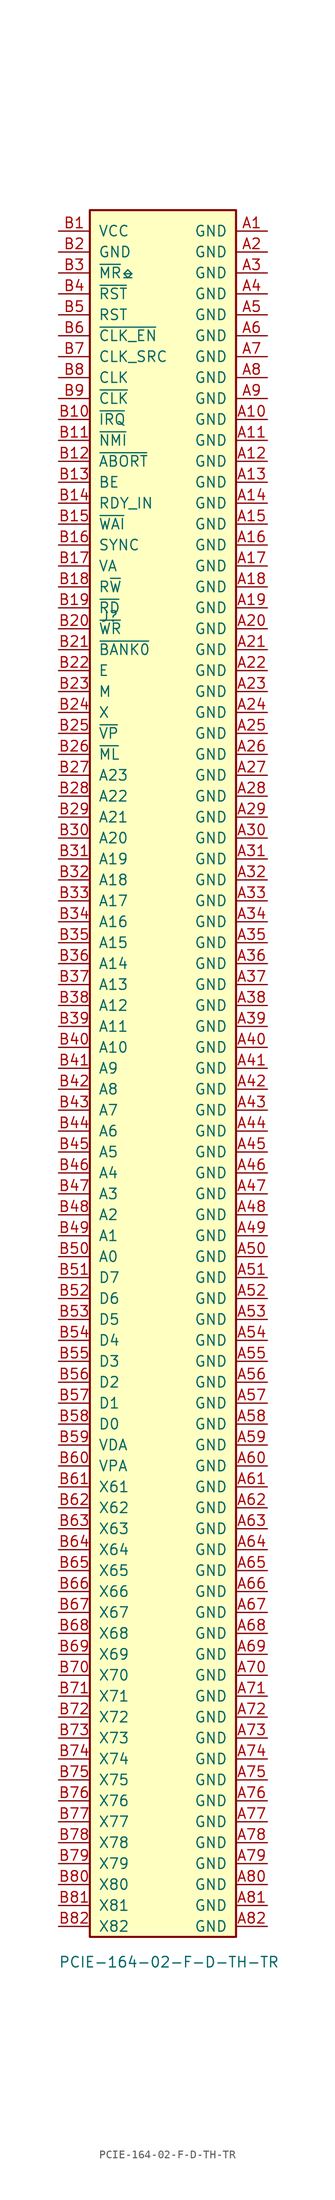
<source format=kicad_sym>
(kicad_symbol_lib
  (version 20231120)
  (generator "kicad_symbol_editor")
  (generator_version "8.0")
  (symbol "PCIE-164-02-F-D-TH-TR"
    (pin_names
      (offset 1.016))
    (property "Reference" "J"
      (at -7.62 54.102 0)
      (effects (font (size 1.27 1.27)) (justify left bottom)))
    (property "Value" "PCIE-164-02-F-D-TH-TR"
      (at -12.7 -109.22 0)
      (effects (font (size 1.27 1.27)) (justify left bottom)))
    (symbol "PCIE-164-02-F-D-TH-TR_0_1"
      (rectangle (start -8.89 104.14) (end 8.89 -105.41) (stroke (width 0.254) (type default)) (fill (type background))))
    (symbol "PCIE-164-02-F-D-TH-TR_1_1"
      (pin power_out line (at 12.7 101.6 180) (length 3.81) (name "GND" (effects (font (size 1.27 1.27)))) (number "A1" (effects (font (size 1.27 1.27)))))
      (pin power_out line (at 12.7 78.74 180) (length 3.81) (name "GND" (effects (font (size 1.27 1.27)))) (number "A10" (effects (font (size 1.27 1.27)))))
      (pin power_out line (at 12.7 76.2 180) (length 3.81) (name "GND" (effects (font (size 1.27 1.27)))) (number "A11" (effects (font (size 1.27 1.27)))))
      (pin power_out line (at 12.7 73.66 180) (length 3.81) (name "GND" (effects (font (size 1.27 1.27)))) (number "A12" (effects (font (size 1.27 1.27)))))
      (pin power_out line (at 12.7 71.12 180) (length 3.81) (name "GND" (effects (font (size 1.27 1.27)))) (number "A13" (effects (font (size 1.27 1.27)))))
      (pin power_out line (at 12.7 68.58 180) (length 3.81) (name "GND" (effects (font (size 1.27 1.27)))) (number "A14" (effects (font (size 1.27 1.27)))))
      (pin power_out line (at 12.7 66.04 180) (length 3.81) (name "GND" (effects (font (size 1.27 1.27)))) (number "A15" (effects (font (size 1.27 1.27)))))
      (pin power_out line (at 12.7 63.5 180) (length 3.81) (name "GND" (effects (font (size 1.27 1.27)))) (number "A16" (effects (font (size 1.27 1.27)))))
      (pin power_out line (at 12.7 60.96 180) (length 3.81) (name "GND" (effects (font (size 1.27 1.27)))) (number "A17" (effects (font (size 1.27 1.27)))))
      (pin power_out line (at 12.7 58.42 180) (length 3.81) (name "GND" (effects (font (size 1.27 1.27)))) (number "A18" (effects (font (size 1.27 1.27)))))
      (pin power_out line (at 12.7 55.88 180) (length 3.81) (name "GND" (effects (font (size 1.27 1.27)))) (number "A19" (effects (font (size 1.27 1.27)))))
      (pin power_out line (at 12.7 99.06 180) (length 3.81) (name "GND" (effects (font (size 1.27 1.27)))) (number "A2" (effects (font (size 1.27 1.27)))))
      (pin power_out line (at 12.7 53.34 180) (length 3.81) (name "GND" (effects (font (size 1.27 1.27)))) (number "A20" (effects (font (size 1.27 1.27)))))
      (pin power_out line (at 12.7 50.8 180) (length 3.81) (name "GND" (effects (font (size 1.27 1.27)))) (number "A21" (effects (font (size 1.27 1.27)))))
      (pin power_out line (at 12.7 48.26 180) (length 3.81) (name "GND" (effects (font (size 1.27 1.27)))) (number "A22" (effects (font (size 1.27 1.27)))))
      (pin power_out line (at 12.7 45.72 180) (length 3.81) (name "GND" (effects (font (size 1.27 1.27)))) (number "A23" (effects (font (size 1.27 1.27)))))
      (pin power_out line (at 12.7 43.18 180) (length 3.81) (name "GND" (effects (font (size 1.27 1.27)))) (number "A24" (effects (font (size 1.27 1.27)))))
      (pin power_out line (at 12.7 40.64 180) (length 3.81) (name "GND" (effects (font (size 1.27 1.27)))) (number "A25" (effects (font (size 1.27 1.27)))))
      (pin power_out line (at 12.7 38.1 180) (length 3.81) (name "GND" (effects (font (size 1.27 1.27)))) (number "A26" (effects (font (size 1.27 1.27)))))
      (pin power_out line (at 12.7 35.56 180) (length 3.81) (name "GND" (effects (font (size 1.27 1.27)))) (number "A27" (effects (font (size 1.27 1.27)))))
      (pin power_out line (at 12.7 33.02 180) (length 3.81) (name "GND" (effects (font (size 1.27 1.27)))) (number "A28" (effects (font (size 1.27 1.27)))))
      (pin power_out line (at 12.7 30.48 180) (length 3.81) (name "GND" (effects (font (size 1.27 1.27)))) (number "A29" (effects (font (size 1.27 1.27)))))
      (pin power_out line (at 12.7 96.52 180) (length 3.81) (name "GND" (effects (font (size 1.27 1.27)))) (number "A3" (effects (font (size 1.27 1.27)))))
      (pin power_out line (at 12.7 27.94 180) (length 3.81) (name "GND" (effects (font (size 1.27 1.27)))) (number "A30" (effects (font (size 1.27 1.27)))))
      (pin power_out line (at 12.7 25.4 180) (length 3.81) (name "GND" (effects (font (size 1.27 1.27)))) (number "A31" (effects (font (size 1.27 1.27)))))
      (pin power_out line (at 12.7 22.86 180) (length 3.81) (name "GND" (effects (font (size 1.27 1.27)))) (number "A32" (effects (font (size 1.27 1.27)))))
      (pin power_out line (at 12.7 20.32 180) (length 3.81) (name "GND" (effects (font (size 1.27 1.27)))) (number "A33" (effects (font (size 1.27 1.27)))))
      (pin power_out line (at 12.7 17.78 180) (length 3.81) (name "GND" (effects (font (size 1.27 1.27)))) (number "A34" (effects (font (size 1.27 1.27)))))
      (pin power_out line (at 12.7 15.24 180) (length 3.81) (name "GND" (effects (font (size 1.27 1.27)))) (number "A35" (effects (font (size 1.27 1.27)))))
      (pin power_out line (at 12.7 12.7 180) (length 3.81) (name "GND" (effects (font (size 1.27 1.27)))) (number "A36" (effects (font (size 1.27 1.27)))))
      (pin power_out line (at 12.7 10.16 180) (length 3.81) (name "GND" (effects (font (size 1.27 1.27)))) (number "A37" (effects (font (size 1.27 1.27)))))
      (pin power_out line (at 12.7 7.62 180) (length 3.81) (name "GND" (effects (font (size 1.27 1.27)))) (number "A38" (effects (font (size 1.27 1.27)))))
      (pin power_out line (at 12.7 5.08 180) (length 3.81) (name "GND" (effects (font (size 1.27 1.27)))) (number "A39" (effects (font (size 1.27 1.27)))))
      (pin power_out line (at 12.7 93.98 180) (length 3.81) (name "GND" (effects (font (size 1.27 1.27)))) (number "A4" (effects (font (size 1.27 1.27)))))
      (pin power_out line (at 12.7 2.54 180) (length 3.81) (name "GND" (effects (font (size 1.27 1.27)))) (number "A40" (effects (font (size 1.27 1.27)))))
      (pin power_out line (at 12.7 0 180) (length 3.81) (name "GND" (effects (font (size 1.27 1.27)))) (number "A41" (effects (font (size 1.27 1.27)))))
      (pin power_out line (at 12.7 -2.54 180) (length 3.81) (name "GND" (effects (font (size 1.27 1.27)))) (number "A42" (effects (font (size 1.27 1.27)))))
      (pin power_out line (at 12.7 -5.08 180) (length 3.81) (name "GND" (effects (font (size 1.27 1.27)))) (number "A43" (effects (font (size 1.27 1.27)))))
      (pin power_out line (at 12.7 -7.62 180) (length 3.81) (name "GND" (effects (font (size 1.27 1.27)))) (number "A44" (effects (font (size 1.27 1.27)))))
      (pin power_out line (at 12.7 -10.16 180) (length 3.81) (name "GND" (effects (font (size 1.27 1.27)))) (number "A45" (effects (font (size 1.27 1.27)))))
      (pin power_out line (at 12.7 -12.7 180) (length 3.81) (name "GND" (effects (font (size 1.27 1.27)))) (number "A46" (effects (font (size 1.27 1.27)))))
      (pin power_out line (at 12.7 -15.24 180) (length 3.81) (name "GND" (effects (font (size 1.27 1.27)))) (number "A47" (effects (font (size 1.27 1.27)))))
      (pin power_out line (at 12.7 -17.78 180) (length 3.81) (name "GND" (effects (font (size 1.27 1.27)))) (number "A48" (effects (font (size 1.27 1.27)))))
      (pin power_out line (at 12.7 -20.32 180) (length 3.81) (name "GND" (effects (font (size 1.27 1.27)))) (number "A49" (effects (font (size 1.27 1.27)))))
      (pin power_out line (at 12.7 91.44 180) (length 3.81) (name "GND" (effects (font (size 1.27 1.27)))) (number "A5" (effects (font (size 1.27 1.27)))))
      (pin power_out line (at 12.7 -22.86 180) (length 3.81) (name "GND" (effects (font (size 1.27 1.27)))) (number "A50" (effects (font (size 1.27 1.27)))))
      (pin power_out line (at 12.7 -25.4 180) (length 3.81) (name "GND" (effects (font (size 1.27 1.27)))) (number "A51" (effects (font (size 1.27 1.27)))))
      (pin power_out line (at 12.7 -27.94 180) (length 3.81) (name "GND" (effects (font (size 1.27 1.27)))) (number "A52" (effects (font (size 1.27 1.27)))))
      (pin power_out line (at 12.7 -30.48 180) (length 3.81) (name "GND" (effects (font (size 1.27 1.27)))) (number "A53" (effects (font (size 1.27 1.27)))))
      (pin power_out line (at 12.7 -33.02 180) (length 3.81) (name "GND" (effects (font (size 1.27 1.27)))) (number "A54" (effects (font (size 1.27 1.27)))))
      (pin power_out line (at 12.7 -35.56 180) (length 3.81) (name "GND" (effects (font (size 1.27 1.27)))) (number "A55" (effects (font (size 1.27 1.27)))))
      (pin power_out line (at 12.7 -38.1 180) (length 3.81) (name "GND" (effects (font (size 1.27 1.27)))) (number "A56" (effects (font (size 1.27 1.27)))))
      (pin power_out line (at 12.7 -40.64 180) (length 3.81) (name "GND" (effects (font (size 1.27 1.27)))) (number "A57" (effects (font (size 1.27 1.27)))))
      (pin power_out line (at 12.7 -43.18 180) (length 3.81) (name "GND" (effects (font (size 1.27 1.27)))) (number "A58" (effects (font (size 1.27 1.27)))))
      (pin power_out line (at 12.7 -45.72 180) (length 3.81) (name "GND" (effects (font (size 1.27 1.27)))) (number "A59" (effects (font (size 1.27 1.27)))))
      (pin power_out line (at 12.7 88.9 180) (length 3.81) (name "GND" (effects (font (size 1.27 1.27)))) (number "A6" (effects (font (size 1.27 1.27)))))
      (pin power_out line (at 12.7 -48.26 180) (length 3.81) (name "GND" (effects (font (size 1.27 1.27)))) (number "A60" (effects (font (size 1.27 1.27)))))
      (pin power_out line (at 12.7 -50.8 180) (length 3.81) (name "GND" (effects (font (size 1.27 1.27)))) (number "A61" (effects (font (size 1.27 1.27)))))
      (pin power_out line (at 12.7 -53.34 180) (length 3.81) (name "GND" (effects (font (size 1.27 1.27)))) (number "A62" (effects (font (size 1.27 1.27)))))
      (pin power_out line (at 12.7 -55.88 180) (length 3.81) (name "GND" (effects (font (size 1.27 1.27)))) (number "A63" (effects (font (size 1.27 1.27)))))
      (pin power_out line (at 12.7 -58.42 180) (length 3.81) (name "GND" (effects (font (size 1.27 1.27)))) (number "A64" (effects (font (size 1.27 1.27)))))
      (pin power_out line (at 12.7 -60.96 180) (length 3.81) (name "GND" (effects (font (size 1.27 1.27)))) (number "A65" (effects (font (size 1.27 1.27)))))
      (pin power_out line (at 12.7 -63.5 180) (length 3.81) (name "GND" (effects (font (size 1.27 1.27)))) (number "A66" (effects (font (size 1.27 1.27)))))
      (pin power_out line (at 12.7 -66.04 180) (length 3.81) (name "GND" (effects (font (size 1.27 1.27)))) (number "A67" (effects (font (size 1.27 1.27)))))
      (pin power_out line (at 12.7 -68.58 180) (length 3.81) (name "GND" (effects (font (size 1.27 1.27)))) (number "A68" (effects (font (size 1.27 1.27)))))
      (pin power_out line (at 12.7 -71.12 180) (length 3.81) (name "GND" (effects (font (size 1.27 1.27)))) (number "A69" (effects (font (size 1.27 1.27)))))
      (pin power_out line (at 12.7 86.36 180) (length 3.81) (name "GND" (effects (font (size 1.27 1.27)))) (number "A7" (effects (font (size 1.27 1.27)))))
      (pin power_out line (at 12.7 -73.66 180) (length 3.81) (name "GND" (effects (font (size 1.27 1.27)))) (number "A70" (effects (font (size 1.27 1.27)))))
      (pin power_out line (at 12.7 -76.2 180) (length 3.81) (name "GND" (effects (font (size 1.27 1.27)))) (number "A71" (effects (font (size 1.27 1.27)))))
      (pin power_out line (at 12.7 -78.74 180) (length 3.81) (name "GND" (effects (font (size 1.27 1.27)))) (number "A72" (effects (font (size 1.27 1.27)))))
      (pin power_out line (at 12.7 -81.28 180) (length 3.81) (name "GND" (effects (font (size 1.27 1.27)))) (number "A73" (effects (font (size 1.27 1.27)))))
      (pin power_out line (at 12.7 -83.82 180) (length 3.81) (name "GND" (effects (font (size 1.27 1.27)))) (number "A74" (effects (font (size 1.27 1.27)))))
      (pin power_out line (at 12.7 -86.36 180) (length 3.81) (name "GND" (effects (font (size 1.27 1.27)))) (number "A75" (effects (font (size 1.27 1.27)))))
      (pin power_out line (at 12.7 -88.9 180) (length 3.81) (name "GND" (effects (font (size 1.27 1.27)))) (number "A76" (effects (font (size 1.27 1.27)))))
      (pin power_out line (at 12.7 -91.44 180) (length 3.81) (name "GND" (effects (font (size 1.27 1.27)))) (number "A77" (effects (font (size 1.27 1.27)))))
      (pin power_out line (at 12.7 -93.98 180) (length 3.81) (name "GND" (effects (font (size 1.27 1.27)))) (number "A78" (effects (font (size 1.27 1.27)))))
      (pin power_out line (at 12.7 -96.52 180) (length 3.81) (name "GND" (effects (font (size 1.27 1.27)))) (number "A79" (effects (font (size 1.27 1.27)))))
      (pin power_out line (at 12.7 83.82 180) (length 3.81) (name "GND" (effects (font (size 1.27 1.27)))) (number "A8" (effects (font (size 1.27 1.27)))))
      (pin power_out line (at 12.7 -99.06 180) (length 3.81) (name "GND" (effects (font (size 1.27 1.27)))) (number "A80" (effects (font (size 1.27 1.27)))))
      (pin power_out line (at 12.7 -101.6 180) (length 3.81) (name "GND" (effects (font (size 1.27 1.27)))) (number "A81" (effects (font (size 1.27 1.27)))))
      (pin power_out line (at 12.7 -104.14 180) (length 3.81) (name "GND" (effects (font (size 1.27 1.27)))) (number "A82" (effects (font (size 1.27 1.27)))))
      (pin power_out line (at 12.7 81.28 180) (length 3.81) (name "GND" (effects (font (size 1.27 1.27)))) (number "A9" (effects (font (size 1.27 1.27)))))
      (pin power_out line (at -12.7 101.6 0) (length 3.81) (name "VCC" (effects (font (size 1.27 1.27)))) (number "B1" (effects (font (size 1.27 1.27)))))
      (pin input line (at -12.7 78.74 0) (length 3.81) (name "~{IRQ}" (effects (font (size 1.27 1.27)))) (number "B10" (effects (font (size 1.27 1.27)))))
      (pin input line (at -12.7 76.2 0) (length 3.81) (name "~{NMI}" (effects (font (size 1.27 1.27)))) (number "B11" (effects (font (size 1.27 1.27)))))
      (pin input line (at -12.7 73.66 0) (length 3.81) (name "~{ABORT}" (effects (font (size 1.27 1.27)))) (number "B12" (effects (font (size 1.27 1.27)))))
      (pin input line (at -12.7 71.12 0) (length 3.81) (name "BE" (effects (font (size 1.27 1.27)))) (number "B13" (effects (font (size 1.27 1.27)))))
      (pin input line (at -12.7 68.58 0) (length 3.81) (name "RDY_IN" (effects (font (size 1.27 1.27)))) (number "B14" (effects (font (size 1.27 1.27)))))
      (pin output line (at -12.7 66.04 0) (length 3.81) (name "~{WAI}" (effects (font (size 1.27 1.27)))) (number "B15" (effects (font (size 1.27 1.27)))))
      (pin output line (at -12.7 63.5 0) (length 3.81) (name "SYNC" (effects (font (size 1.27 1.27)))) (number "B16" (effects (font (size 1.27 1.27)))))
      (pin tri_state line (at -12.7 60.96 0) (length 3.81) (name "VA" (effects (font (size 1.27 1.27)))) (number "B17" (effects (font (size 1.27 1.27)))))
      (pin bidirectional line (at -12.7 58.42 0) (length 3.81) (name "R~{W}" (effects (font (size 1.27 1.27)))) (number "B18" (effects (font (size 1.27 1.27)))))
      (pin tri_state line (at -12.7 55.88 0) (length 3.81) (name "~{RD}" (effects (font (size 1.27 1.27)))) (number "B19" (effects (font (size 1.27 1.27)))))
      (pin power_out line (at -12.7 99.06 0) (length 3.81) (name "GND" (effects (font (size 1.27 1.27)))) (number "B2" (effects (font (size 1.27 1.27)))))
      (pin tri_state line (at -12.7 53.34 0) (length 3.81) (name "~{WR}" (effects (font (size 1.27 1.27)))) (number "B20" (effects (font (size 1.27 1.27)))))
      (pin output line (at -12.7 50.8 0) (length 3.81) (name "~{BANK0}" (effects (font (size 1.27 1.27)))) (number "B21" (effects (font (size 1.27 1.27)))))
      (pin output line (at -12.7 48.26 0) (length 3.81) (name "E" (effects (font (size 1.27 1.27)))) (number "B22" (effects (font (size 1.27 1.27)))))
      (pin output line (at -12.7 45.72 0) (length 3.81) (name "M" (effects (font (size 1.27 1.27)))) (number "B23" (effects (font (size 1.27 1.27)))))
      (pin output line (at -12.7 43.18 0) (length 3.81) (name "X" (effects (font (size 1.27 1.27)))) (number "B24" (effects (font (size 1.27 1.27)))))
      (pin output line (at -12.7 40.64 0) (length 3.81) (name "~{VP}" (effects (font (size 1.27 1.27)))) (number "B25" (effects (font (size 1.27 1.27)))))
      (pin output line (at -12.7 38.1 0) (length 3.81) (name "~{ML}" (effects (font (size 1.27 1.27)))) (number "B26" (effects (font (size 1.27 1.27)))))
      (pin bidirectional line (at -12.7 35.56 0) (length 3.81) (name "A23" (effects (font (size 1.27 1.27)))) (number "B27" (effects (font (size 1.27 1.27)))))
      (pin bidirectional line (at -12.7 33.02 0) (length 3.81) (name "A22" (effects (font (size 1.27 1.27)))) (number "B28" (effects (font (size 1.27 1.27)))))
      (pin bidirectional line (at -12.7 30.48 0) (length 3.81) (name "A21" (effects (font (size 1.27 1.27)))) (number "B29" (effects (font (size 1.27 1.27)))))
      (pin open_collector line (at -12.7 96.52 0) (length 3.81) (name "~{MR}⎒" (effects (font (size 1.27 1.27)))) (number "B3" (effects (font (size 1.27 1.27)))))
      (pin bidirectional line (at -12.7 27.94 0) (length 3.81) (name "A20" (effects (font (size 1.27 1.27)))) (number "B30" (effects (font (size 1.27 1.27)))))
      (pin bidirectional line (at -12.7 25.4 0) (length 3.81) (name "A19" (effects (font (size 1.27 1.27)))) (number "B31" (effects (font (size 1.27 1.27)))))
      (pin bidirectional line (at -12.7 22.86 0) (length 3.81) (name "A18" (effects (font (size 1.27 1.27)))) (number "B32" (effects (font (size 1.27 1.27)))))
      (pin bidirectional line (at -12.7 20.32 0) (length 3.81) (name "A17" (effects (font (size 1.27 1.27)))) (number "B33" (effects (font (size 1.27 1.27)))))
      (pin bidirectional line (at -12.7 17.78 0) (length 3.81) (name "A16" (effects (font (size 1.27 1.27)))) (number "B34" (effects (font (size 1.27 1.27)))))
      (pin tri_state line (at -12.7 15.24 0) (length 3.81) (name "A15" (effects (font (size 1.27 1.27)))) (number "B35" (effects (font (size 1.27 1.27)))))
      (pin tri_state line (at -12.7 12.7 0) (length 3.81) (name "A14" (effects (font (size 1.27 1.27)))) (number "B36" (effects (font (size 1.27 1.27)))))
      (pin tri_state line (at -12.7 10.16 0) (length 3.81) (name "A13" (effects (font (size 1.27 1.27)))) (number "B37" (effects (font (size 1.27 1.27)))))
      (pin tri_state line (at -12.7 7.62 0) (length 3.81) (name "A12" (effects (font (size 1.27 1.27)))) (number "B38" (effects (font (size 1.27 1.27)))))
      (pin tri_state line (at -12.7 5.08 0) (length 3.81) (name "A11" (effects (font (size 1.27 1.27)))) (number "B39" (effects (font (size 1.27 1.27)))))
      (pin output line (at -12.7 93.98 0) (length 3.81) (name "~{RST}" (effects (font (size 1.27 1.27)))) (number "B4" (effects (font (size 1.27 1.27)))))
      (pin tri_state line (at -12.7 2.54 0) (length 3.81) (name "A10" (effects (font (size 1.27 1.27)))) (number "B40" (effects (font (size 1.27 1.27)))))
      (pin tri_state line (at -12.7 0 0) (length 3.81) (name "A9" (effects (font (size 1.27 1.27)))) (number "B41" (effects (font (size 1.27 1.27)))))
      (pin tri_state line (at -12.7 -2.54 0) (length 3.81) (name "A8" (effects (font (size 1.27 1.27)))) (number "B42" (effects (font (size 1.27 1.27)))))
      (pin tri_state line (at -12.7 -5.08 0) (length 3.81) (name "A7" (effects (font (size 1.27 1.27)))) (number "B43" (effects (font (size 1.27 1.27)))))
      (pin tri_state line (at -12.7 -7.62 0) (length 3.81) (name "A6" (effects (font (size 1.27 1.27)))) (number "B44" (effects (font (size 1.27 1.27)))))
      (pin tri_state line (at -12.7 -10.16 0) (length 3.81) (name "A5" (effects (font (size 1.27 1.27)))) (number "B45" (effects (font (size 1.27 1.27)))))
      (pin tri_state line (at -12.7 -12.7 0) (length 3.81) (name "A4" (effects (font (size 1.27 1.27)))) (number "B46" (effects (font (size 1.27 1.27)))))
      (pin tri_state line (at -12.7 -15.24 0) (length 3.81) (name "A3" (effects (font (size 1.27 1.27)))) (number "B47" (effects (font (size 1.27 1.27)))))
      (pin tri_state line (at -12.7 -17.78 0) (length 3.81) (name "A2" (effects (font (size 1.27 1.27)))) (number "B48" (effects (font (size 1.27 1.27)))))
      (pin tri_state line (at -12.7 -20.32 0) (length 3.81) (name "A1" (effects (font (size 1.27 1.27)))) (number "B49" (effects (font (size 1.27 1.27)))))
      (pin output line (at -12.7 91.44 0) (length 3.81) (name "RST" (effects (font (size 1.27 1.27)))) (number "B5" (effects (font (size 1.27 1.27)))))
      (pin tri_state line (at -12.7 -22.86 0) (length 3.81) (name "A0" (effects (font (size 1.27 1.27)))) (number "B50" (effects (font (size 1.27 1.27)))))
      (pin bidirectional line (at -12.7 -25.4 0) (length 3.81) (name "D7" (effects (font (size 1.27 1.27)))) (number "B51" (effects (font (size 1.27 1.27)))))
      (pin bidirectional line (at -12.7 -27.94 0) (length 3.81) (name "D6" (effects (font (size 1.27 1.27)))) (number "B52" (effects (font (size 1.27 1.27)))))
      (pin bidirectional line (at -12.7 -30.48 0) (length 3.81) (name "D5" (effects (font (size 1.27 1.27)))) (number "B53" (effects (font (size 1.27 1.27)))))
      (pin bidirectional line (at -12.7 -33.02 0) (length 3.81) (name "D4" (effects (font (size 1.27 1.27)))) (number "B54" (effects (font (size 1.27 1.27)))))
      (pin bidirectional line (at -12.7 -35.56 0) (length 3.81) (name "D3" (effects (font (size 1.27 1.27)))) (number "B55" (effects (font (size 1.27 1.27)))))
      (pin bidirectional line (at -12.7 -38.1 0) (length 3.81) (name "D2" (effects (font (size 1.27 1.27)))) (number "B56" (effects (font (size 1.27 1.27)))))
      (pin bidirectional line (at -12.7 -40.64 0) (length 3.81) (name "D1" (effects (font (size 1.27 1.27)))) (number "B57" (effects (font (size 1.27 1.27)))))
      (pin bidirectional line (at -12.7 -43.18 0) (length 3.81) (name "D0" (effects (font (size 1.27 1.27)))) (number "B58" (effects (font (size 1.27 1.27)))))
      (pin output line (at -12.7 -45.72 0) (length 3.81) (name "VDA" (effects (font (size 1.27 1.27)))) (number "B59" (effects (font (size 1.27 1.27)))))
      (pin input line (at -12.7 88.9 0) (length 3.81) (name "~{CLK_EN}" (effects (font (size 1.27 1.27)))) (number "B6" (effects (font (size 1.27 1.27)))))
      (pin output line (at -12.7 -48.26 0) (length 3.81) (name "VPA" (effects (font (size 1.27 1.27)))) (number "B60" (effects (font (size 1.27 1.27)))))
      (pin passive line (at -12.7 -50.8 0) (length 3.81) (name "X61" (effects (font (size 1.27 1.27)))) (number "B61" (effects (font (size 1.27 1.27)))))
      (pin passive line (at -12.7 -53.34 0) (length 3.81) (name "X62" (effects (font (size 1.27 1.27)))) (number "B62" (effects (font (size 1.27 1.27)))))
      (pin passive line (at -12.7 -55.88 0) (length 3.81) (name "X63" (effects (font (size 1.27 1.27)))) (number "B63" (effects (font (size 1.27 1.27)))))
      (pin passive line (at -12.7 -58.42 0) (length 3.81) (name "X64" (effects (font (size 1.27 1.27)))) (number "B64" (effects (font (size 1.27 1.27)))))
      (pin passive line (at -12.7 -60.96 0) (length 3.81) (name "X65" (effects (font (size 1.27 1.27)))) (number "B65" (effects (font (size 1.27 1.27)))))
      (pin passive line (at -12.7 -63.5 0) (length 3.81) (name "X66" (effects (font (size 1.27 1.27)))) (number "B66" (effects (font (size 1.27 1.27)))))
      (pin passive line (at -12.7 -66.04 0) (length 3.81) (name "X67" (effects (font (size 1.27 1.27)))) (number "B67" (effects (font (size 1.27 1.27)))))
      (pin passive line (at -12.7 -68.58 0) (length 3.81) (name "X68" (effects (font (size 1.27 1.27)))) (number "B68" (effects (font (size 1.27 1.27)))))
      (pin passive line (at -12.7 -71.12 0) (length 3.81) (name "X69" (effects (font (size 1.27 1.27)))) (number "B69" (effects (font (size 1.27 1.27)))))
      (pin bidirectional line (at -12.7 86.36 0) (length 3.81) (name "CLK_SRC" (effects (font (size 1.27 1.27)))) (number "B7" (effects (font (size 1.27 1.27)))))
      (pin passive line (at -12.7 -73.66 0) (length 3.81) (name "X70" (effects (font (size 1.27 1.27)))) (number "B70" (effects (font (size 1.27 1.27)))))
      (pin passive line (at -12.7 -76.2 0) (length 3.81) (name "X71" (effects (font (size 1.27 1.27)))) (number "B71" (effects (font (size 1.27 1.27)))))
      (pin passive line (at -12.7 -78.74 0) (length 3.81) (name "X72" (effects (font (size 1.27 1.27)))) (number "B72" (effects (font (size 1.27 1.27)))))
      (pin passive line (at -12.7 -81.28 0) (length 3.81) (name "X73" (effects (font (size 1.27 1.27)))) (number "B73" (effects (font (size 1.27 1.27)))))
      (pin passive line (at -12.7 -83.82 0) (length 3.81) (name "X74" (effects (font (size 1.27 1.27)))) (number "B74" (effects (font (size 1.27 1.27)))))
      (pin passive line (at -12.7 -86.36 0) (length 3.81) (name "X75" (effects (font (size 1.27 1.27)))) (number "B75" (effects (font (size 1.27 1.27)))))
      (pin passive line (at -12.7 -88.9 0) (length 3.81) (name "X76" (effects (font (size 1.27 1.27)))) (number "B76" (effects (font (size 1.27 1.27)))))
      (pin passive line (at -12.7 -91.44 0) (length 3.81) (name "X77" (effects (font (size 1.27 1.27)))) (number "B77" (effects (font (size 1.27 1.27)))))
      (pin passive line (at -12.7 -93.98 0) (length 3.81) (name "X78" (effects (font (size 1.27 1.27)))) (number "B78" (effects (font (size 1.27 1.27)))))
      (pin passive line (at -12.7 -96.52 0) (length 3.81) (name "X79" (effects (font (size 1.27 1.27)))) (number "B79" (effects (font (size 1.27 1.27)))))
      (pin output line (at -12.7 83.82 0) (length 3.81) (name "CLK" (effects (font (size 1.27 1.27)))) (number "B8" (effects (font (size 1.27 1.27)))))
      (pin passive line (at -12.7 -99.06 0) (length 3.81) (name "X80" (effects (font (size 1.27 1.27)))) (number "B80" (effects (font (size 1.27 1.27)))))
      (pin passive line (at -12.7 -101.6 0) (length 3.81) (name "X81" (effects (font (size 1.27 1.27)))) (number "B81" (effects (font (size 1.27 1.27)))))
      (pin passive line (at -12.7 -104.14 0) (length 3.81) (name "X82" (effects (font (size 1.27 1.27)))) (number "B82" (effects (font (size 1.27 1.27)))))
      (pin output line (at -12.7 81.28 0) (length 3.81) (name "~{CLK}" (effects (font (size 1.27 1.27)))) (number "B9" (effects (font (size 1.27 1.27))))))))
</source>
